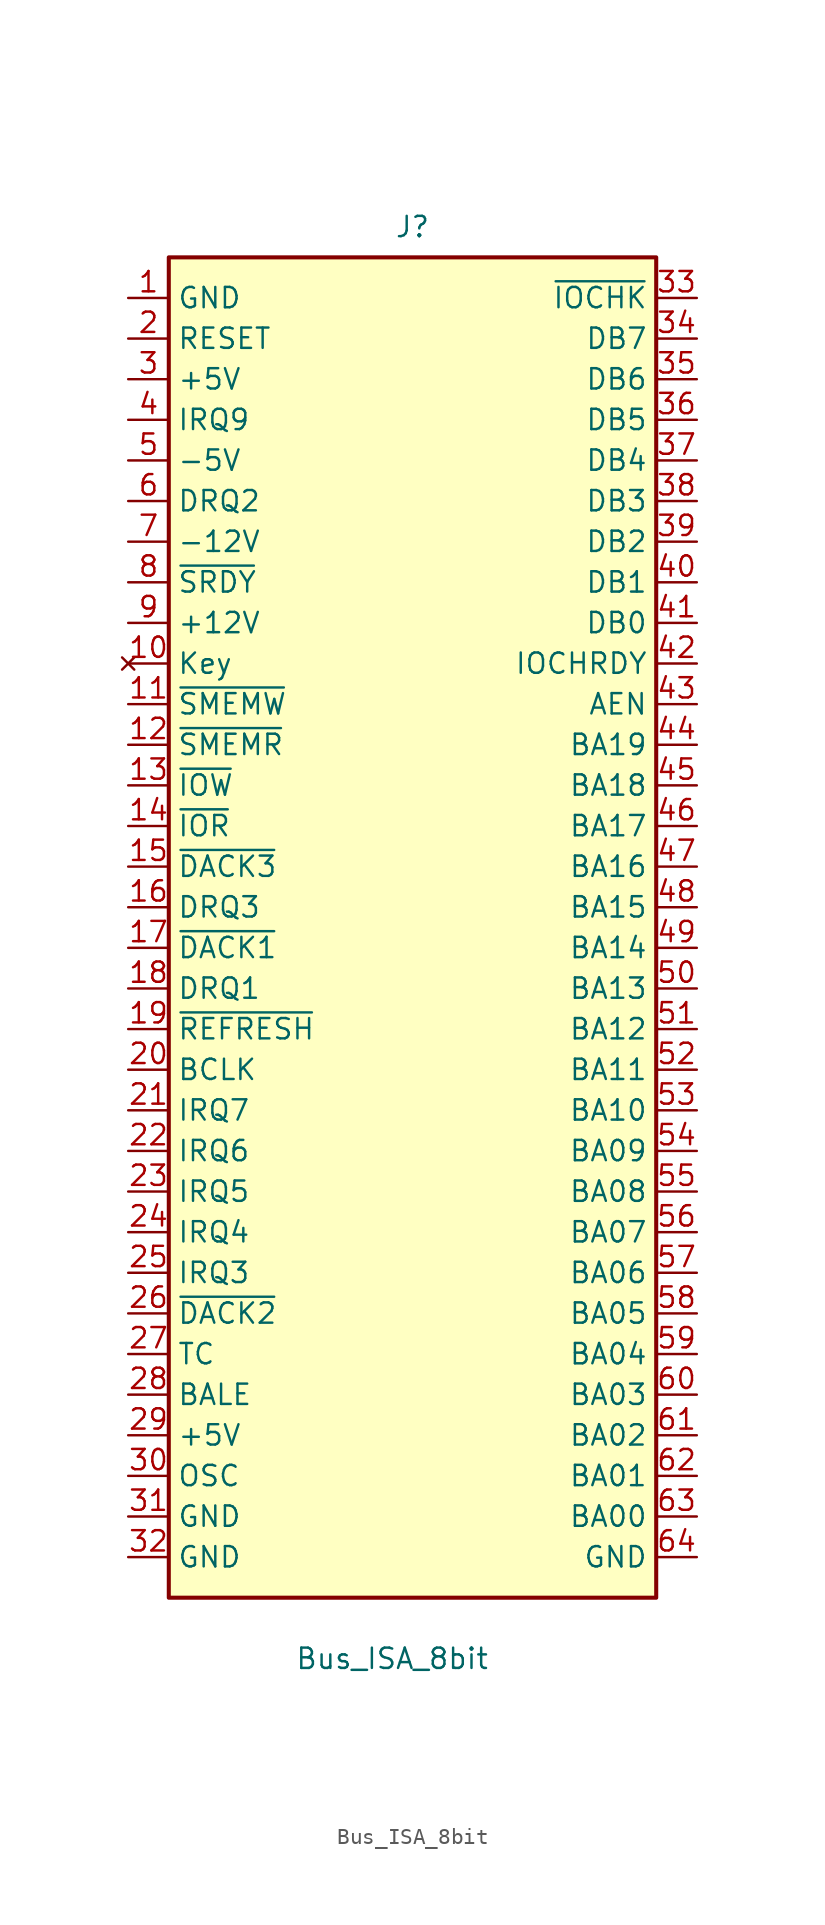
<source format=kicad_sym>
(kicad_symbol_lib
  (version 20211014)
  (generator kicad_symbol_editor)
  (symbol "Bus_ISA_8bit"
    (property "Reference" "J"
      (at 0 42.545 0)
      (effects (font (size 1.27 1.27))))
    (property "Value" "Bus_ISA_8bit"
      (at -1.27 -46.99 0)
      (effects (font (size 1.27 1.27))))
    (symbol "Bus_ISA_8bit_0_1"
      (rectangle (start -15.24 40.64) (end 15.24 -43.18) (stroke (width 0.254) (type default) (color 0 0 0 0)) (fill (type background))))
    (symbol "Bus_ISA_8bit_1_1"
      (pin power_in line (at -17.78 38.1 0) (length 2.54) (name "GND" (effects (font (size 1.27 1.27)))) (number "1" (effects (font (size 1.27 1.27)))))
      (pin no_connect line (at -17.78 15.24 0) (length 2.54) (name "Key" (effects (font (size 1.27 1.27)))) (number "10" (effects (font (size 1.27 1.27)))))
      (pin output line (at -17.78 12.7 0) (length 2.54) (name "~{SMEMW}" (effects (font (size 1.27 1.27)))) (number "11" (effects (font (size 1.27 1.27)))))
      (pin output line (at -17.78 10.16 0) (length 2.54) (name "~{SMEMR}" (effects (font (size 1.27 1.27)))) (number "12" (effects (font (size 1.27 1.27)))))
      (pin output line (at -17.78 7.62 0) (length 2.54) (name "~{IOW}" (effects (font (size 1.27 1.27)))) (number "13" (effects (font (size 1.27 1.27)))))
      (pin output line (at -17.78 5.08 0) (length 2.54) (name "~{IOR}" (effects (font (size 1.27 1.27)))) (number "14" (effects (font (size 1.27 1.27)))))
      (pin passive line (at -17.78 2.54 0) (length 2.54) (name "~{DACK3}" (effects (font (size 1.27 1.27)))) (number "15" (effects (font (size 1.27 1.27)))))
      (pin passive line (at -17.78 0 0) (length 2.54) (name "DRQ3" (effects (font (size 1.27 1.27)))) (number "16" (effects (font (size 1.27 1.27)))))
      (pin passive line (at -17.78 -2.54 0) (length 2.54) (name "~{DACK1}" (effects (font (size 1.27 1.27)))) (number "17" (effects (font (size 1.27 1.27)))))
      (pin passive line (at -17.78 -5.08 0) (length 2.54) (name "DRQ1" (effects (font (size 1.27 1.27)))) (number "18" (effects (font (size 1.27 1.27)))))
      (pin passive line (at -17.78 -7.62 0) (length 2.54) (name "~{REFRESH}" (effects (font (size 1.27 1.27)))) (number "19" (effects (font (size 1.27 1.27)))))
      (pin output line (at -17.78 35.56 0) (length 2.54) (name "RESET" (effects (font (size 1.27 1.27)))) (number "2" (effects (font (size 1.27 1.27)))))
      (pin output line (at -17.78 -10.16 0) (length 2.54) (name "BCLK" (effects (font (size 1.27 1.27)))) (number "20" (effects (font (size 1.27 1.27)))))
      (pin passive line (at -17.78 -12.7 0) (length 2.54) (name "IRQ7" (effects (font (size 1.27 1.27)))) (number "21" (effects (font (size 1.27 1.27)))))
      (pin passive line (at -17.78 -15.24 0) (length 2.54) (name "IRQ6" (effects (font (size 1.27 1.27)))) (number "22" (effects (font (size 1.27 1.27)))))
      (pin passive line (at -17.78 -17.78 0) (length 2.54) (name "IRQ5" (effects (font (size 1.27 1.27)))) (number "23" (effects (font (size 1.27 1.27)))))
      (pin passive line (at -17.78 -20.32 0) (length 2.54) (name "IRQ4" (effects (font (size 1.27 1.27)))) (number "24" (effects (font (size 1.27 1.27)))))
      (pin passive line (at -17.78 -22.86 0) (length 2.54) (name "IRQ3" (effects (font (size 1.27 1.27)))) (number "25" (effects (font (size 1.27 1.27)))))
      (pin passive line (at -17.78 -25.4 0) (length 2.54) (name "~{DACK2}" (effects (font (size 1.27 1.27)))) (number "26" (effects (font (size 1.27 1.27)))))
      (pin passive line (at -17.78 -27.94 0) (length 2.54) (name "TC" (effects (font (size 1.27 1.27)))) (number "27" (effects (font (size 1.27 1.27)))))
      (pin output line (at -17.78 -30.48 0) (length 2.54) (name "BALE" (effects (font (size 1.27 1.27)))) (number "28" (effects (font (size 1.27 1.27)))))
      (pin power_in line (at -17.78 -33.02 0) (length 2.54) (name "+5V" (effects (font (size 1.27 1.27)))) (number "29" (effects (font (size 1.27 1.27)))))
      (pin power_in line (at -17.78 33.02 0) (length 2.54) (name "+5V" (effects (font (size 1.27 1.27)))) (number "3" (effects (font (size 1.27 1.27)))))
      (pin output line (at -17.78 -35.56 0) (length 2.54) (name "OSC" (effects (font (size 1.27 1.27)))) (number "30" (effects (font (size 1.27 1.27)))))
      (pin power_in line (at -17.78 -38.1 0) (length 2.54) (name "GND" (effects (font (size 1.27 1.27)))) (number "31" (effects (font (size 1.27 1.27)))))
      (pin power_in line (at -17.78 -40.64 0) (length 2.54) (name "GND" (effects (font (size 1.27 1.27)))) (number "32" (effects (font (size 1.27 1.27)))))
      (pin passive line (at 17.78 38.1 180) (length 2.54) (name "~{IOCHK}" (effects (font (size 1.27 1.27)))) (number "33" (effects (font (size 1.27 1.27)))))
      (pin tri_state line (at 17.78 35.56 180) (length 2.54) (name "DB7" (effects (font (size 1.27 1.27)))) (number "34" (effects (font (size 1.27 1.27)))))
      (pin tri_state line (at 17.78 33.02 180) (length 2.54) (name "DB6" (effects (font (size 1.27 1.27)))) (number "35" (effects (font (size 1.27 1.27)))))
      (pin tri_state line (at 17.78 30.48 180) (length 2.54) (name "DB5" (effects (font (size 1.27 1.27)))) (number "36" (effects (font (size 1.27 1.27)))))
      (pin tri_state line (at 17.78 27.94 180) (length 2.54) (name "DB4" (effects (font (size 1.27 1.27)))) (number "37" (effects (font (size 1.27 1.27)))))
      (pin tri_state line (at 17.78 25.4 180) (length 2.54) (name "DB3" (effects (font (size 1.27 1.27)))) (number "38" (effects (font (size 1.27 1.27)))))
      (pin tri_state line (at 17.78 22.86 180) (length 2.54) (name "DB2" (effects (font (size 1.27 1.27)))) (number "39" (effects (font (size 1.27 1.27)))))
      (pin passive line (at -17.78 30.48 0) (length 2.54) (name "IRQ9" (effects (font (size 1.27 1.27)))) (number "4" (effects (font (size 1.27 1.27)))))
      (pin tri_state line (at 17.78 20.32 180) (length 2.54) (name "DB1" (effects (font (size 1.27 1.27)))) (number "40" (effects (font (size 1.27 1.27)))))
      (pin tri_state line (at 17.78 17.78 180) (length 2.54) (name "DB0" (effects (font (size 1.27 1.27)))) (number "41" (effects (font (size 1.27 1.27)))))
      (pin passive line (at 17.78 15.24 180) (length 2.54) (name "IOCHRDY" (effects (font (size 1.27 1.27)))) (number "42" (effects (font (size 1.27 1.27)))))
      (pin output line (at 17.78 12.7 180) (length 2.54) (name "AEN" (effects (font (size 1.27 1.27)))) (number "43" (effects (font (size 1.27 1.27)))))
      (pin tri_state line (at 17.78 10.16 180) (length 2.54) (name "BA19" (effects (font (size 1.27 1.27)))) (number "44" (effects (font (size 1.27 1.27)))))
      (pin tri_state line (at 17.78 7.62 180) (length 2.54) (name "BA18" (effects (font (size 1.27 1.27)))) (number "45" (effects (font (size 1.27 1.27)))))
      (pin tri_state line (at 17.78 5.08 180) (length 2.54) (name "BA17" (effects (font (size 1.27 1.27)))) (number "46" (effects (font (size 1.27 1.27)))))
      (pin tri_state line (at 17.78 2.54 180) (length 2.54) (name "BA16" (effects (font (size 1.27 1.27)))) (number "47" (effects (font (size 1.27 1.27)))))
      (pin tri_state line (at 17.78 0 180) (length 2.54) (name "BA15" (effects (font (size 1.27 1.27)))) (number "48" (effects (font (size 1.27 1.27)))))
      (pin tri_state line (at 17.78 -2.54 180) (length 2.54) (name "BA14" (effects (font (size 1.27 1.27)))) (number "49" (effects (font (size 1.27 1.27)))))
      (pin power_in line (at -17.78 27.94 0) (length 2.54) (name "-5V" (effects (font (size 1.27 1.27)))) (number "5" (effects (font (size 1.27 1.27)))))
      (pin tri_state line (at 17.78 -5.08 180) (length 2.54) (name "BA13" (effects (font (size 1.27 1.27)))) (number "50" (effects (font (size 1.27 1.27)))))
      (pin tri_state line (at 17.78 -7.62 180) (length 2.54) (name "BA12" (effects (font (size 1.27 1.27)))) (number "51" (effects (font (size 1.27 1.27)))))
      (pin tri_state line (at 17.78 -10.16 180) (length 2.54) (name "BA11" (effects (font (size 1.27 1.27)))) (number "52" (effects (font (size 1.27 1.27)))))
      (pin tri_state line (at 17.78 -12.7 180) (length 2.54) (name "BA10" (effects (font (size 1.27 1.27)))) (number "53" (effects (font (size 1.27 1.27)))))
      (pin tri_state line (at 17.78 -15.24 180) (length 2.54) (name "BA09" (effects (font (size 1.27 1.27)))) (number "54" (effects (font (size 1.27 1.27)))))
      (pin tri_state line (at 17.78 -17.78 180) (length 2.54) (name "BA08" (effects (font (size 1.27 1.27)))) (number "55" (effects (font (size 1.27 1.27)))))
      (pin tri_state line (at 17.78 -20.32 180) (length 2.54) (name "BA07" (effects (font (size 1.27 1.27)))) (number "56" (effects (font (size 1.27 1.27)))))
      (pin tri_state line (at 17.78 -22.86 180) (length 2.54) (name "BA06" (effects (font (size 1.27 1.27)))) (number "57" (effects (font (size 1.27 1.27)))))
      (pin tri_state line (at 17.78 -25.4 180) (length 2.54) (name "BA05" (effects (font (size 1.27 1.27)))) (number "58" (effects (font (size 1.27 1.27)))))
      (pin tri_state line (at 17.78 -27.94 180) (length 2.54) (name "BA04" (effects (font (size 1.27 1.27)))) (number "59" (effects (font (size 1.27 1.27)))))
      (pin passive line (at -17.78 25.4 0) (length 2.54) (name "DRQ2" (effects (font (size 1.27 1.27)))) (number "6" (effects (font (size 1.27 1.27)))))
      (pin tri_state line (at 17.78 -30.48 180) (length 2.54) (name "BA03" (effects (font (size 1.27 1.27)))) (number "60" (effects (font (size 1.27 1.27)))))
      (pin tri_state line (at 17.78 -33.02 180) (length 2.54) (name "BA02" (effects (font (size 1.27 1.27)))) (number "61" (effects (font (size 1.27 1.27)))))
      (pin tri_state line (at 17.78 -35.56 180) (length 2.54) (name "BA01" (effects (font (size 1.27 1.27)))) (number "62" (effects (font (size 1.27 1.27)))))
      (pin tri_state line (at 17.78 -38.1 180) (length 2.54) (name "BA00" (effects (font (size 1.27 1.27)))) (number "63" (effects (font (size 1.27 1.27)))))
      (pin power_in line (at 17.78 -40.64 180) (length 2.54) (name "GND" (effects (font (size 1.27 1.27)))) (number "64" (effects (font (size 1.27 1.27)))))
      (pin power_in line (at -17.78 22.86 0) (length 2.54) (name "-12V" (effects (font (size 1.27 1.27)))) (number "7" (effects (font (size 1.27 1.27)))))
      (pin passive line (at -17.78 20.32 0) (length 2.54) (name "~{SRDY}" (effects (font (size 1.27 1.27)))) (number "8" (effects (font (size 1.27 1.27)))))
      (pin power_in line (at -17.78 17.78 0) (length 2.54) (name "+12V" (effects (font (size 1.27 1.27)))) (number "9" (effects (font (size 1.27 1.27))))))))
</source>
